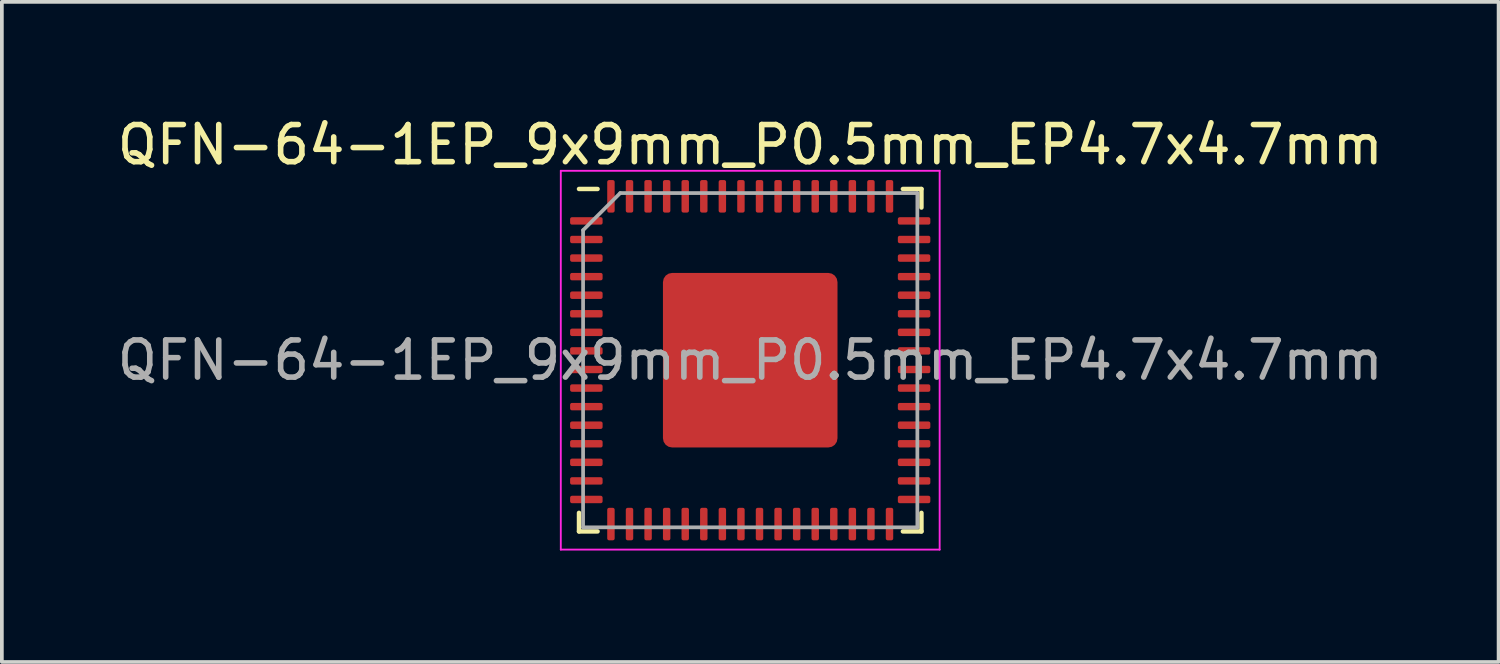
<source format=kicad_pcb>
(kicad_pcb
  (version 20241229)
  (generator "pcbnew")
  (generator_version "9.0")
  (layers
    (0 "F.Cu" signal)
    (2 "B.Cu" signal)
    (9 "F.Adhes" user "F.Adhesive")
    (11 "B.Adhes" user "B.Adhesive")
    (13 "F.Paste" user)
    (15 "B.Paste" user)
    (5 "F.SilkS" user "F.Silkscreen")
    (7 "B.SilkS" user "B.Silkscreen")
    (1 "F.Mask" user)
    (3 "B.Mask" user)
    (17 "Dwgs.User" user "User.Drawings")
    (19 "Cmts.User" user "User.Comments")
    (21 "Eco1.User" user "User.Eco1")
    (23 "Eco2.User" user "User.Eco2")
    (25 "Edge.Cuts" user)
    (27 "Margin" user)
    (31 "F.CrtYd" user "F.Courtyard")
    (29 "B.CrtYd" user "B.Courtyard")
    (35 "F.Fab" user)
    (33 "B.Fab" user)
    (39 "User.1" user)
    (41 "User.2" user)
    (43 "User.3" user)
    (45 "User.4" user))
  (footprint "QFN-64-1EP_9x9mm_P0.5mm_EP4.7x4.7mm"
    (layer "F.Cu")
    (at 17.149 6.648)
    (property "Reference" "QFN-64-1EP_9x9mm_P0.5mm_EP4.7x4.7mm" (at 0 -5.8 0) (layer "F.SilkS") (effects (font (size 1 1) (thickness 0.15))))
    (attr smd)
    (fp_line (start -4.61 4.61) (end -4.61 4.11) (stroke (width 0.12) (type solid)) (layer "F.SilkS"))
    (fp_line (start -4.11 -4.61) (end -4.61 -4.61) (stroke (width 0.12) (type solid)) (layer "F.SilkS"))
    (fp_line (start -4.11 4.61) (end -4.61 4.61) (stroke (width 0.12) (type solid)) (layer "F.SilkS"))
    (fp_line (start 4.11 -4.61) (end 4.61 -4.61) (stroke (width 0.12) (type solid)) (layer "F.SilkS"))
    (fp_line (start 4.11 4.61) (end 4.61 4.61) (stroke (width 0.12) (type solid)) (layer "F.SilkS"))
    (fp_line (start 4.61 -4.61) (end 4.61 -4.11) (stroke (width 0.12) (type solid)) (layer "F.SilkS"))
    (fp_line (start 4.61 4.61) (end 4.61 4.11) (stroke (width 0.12) (type solid)) (layer "F.SilkS"))
    (fp_line (start -5.1 -5.1) (end -5.1 5.1) (stroke (width 0.05) (type solid)) (layer "F.CrtYd"))
    (fp_line (start -5.1 5.1) (end 5.1 5.1) (stroke (width 0.05) (type solid)) (layer "F.CrtYd"))
    (fp_line (start 5.1 -5.1) (end -5.1 -5.1) (stroke (width 0.05) (type solid)) (layer "F.CrtYd"))
    (fp_line (start 5.1 5.1) (end 5.1 -5.1) (stroke (width 0.05) (type solid)) (layer "F.CrtYd"))
    (fp_line (start -4.5 -3.5) (end -3.5 -4.5) (stroke (width 0.1) (type solid)) (layer "F.Fab"))
    (fp_line (start -4.5 4.5) (end -4.5 -3.5) (stroke (width 0.1) (type solid)) (layer "F.Fab"))
    (fp_line (start -3.5 -4.5) (end 4.5 -4.5) (stroke (width 0.1) (type solid)) (layer "F.Fab"))
    (fp_line (start 4.5 -4.5) (end 4.5 4.5) (stroke (width 0.1) (type solid)) (layer "F.Fab"))
    (fp_line (start 4.5 4.5) (end -4.5 4.5) (stroke (width 0.1) (type solid)) (layer "F.Fab"))
    (fp_text user "${REFERENCE}" (at 0 0 0) (layer "F.Fab") (effects (font (size 1 1) (thickness 0.15))))
    (pad "" smd roundrect (at -1.57 -1.57) (size 1.26 1.26) (layers "F.Paste") (roundrect_rratio 0.198))
    (pad "" smd roundrect (at -1.57 0) (size 1.26 1.26) (layers "F.Paste") (roundrect_rratio 0.198))
    (pad "" smd roundrect (at -1.57 1.57) (size 1.26 1.26) (layers "F.Paste") (roundrect_rratio 0.198))
    (pad "" smd roundrect (at 0 -1.57) (size 1.26 1.26) (layers "F.Paste") (roundrect_rratio 0.198))
    (pad "" smd roundrect (at 0 0) (size 1.26 1.26) (layers "F.Paste") (roundrect_rratio 0.198))
    (pad "" smd roundrect (at 0 1.57) (size 1.26 1.26) (layers "F.Paste") (roundrect_rratio 0.198))
    (pad "" smd roundrect (at 1.57 -1.57) (size 1.26 1.26) (layers "F.Paste") (roundrect_rratio 0.198))
    (pad "" smd roundrect (at 1.57 0) (size 1.26 1.26) (layers "F.Paste") (roundrect_rratio 0.198))
    (pad "" smd roundrect (at 1.57 1.57) (size 1.26 1.26) (layers "F.Paste") (roundrect_rratio 0.198))
    (pad "1" smd roundrect (at -4.412 -3.75) (size 0.875 0.2) (layers "F.Cu" "F.Mask" "F.Paste") (roundrect_rratio 0.25))
    (pad "2" smd roundrect (at -4.412 -3.25) (size 0.875 0.2) (layers "F.Cu" "F.Mask" "F.Paste") (roundrect_rratio 0.25))
    (pad "3" smd roundrect (at -4.412 -2.75) (size 0.875 0.2) (layers "F.Cu" "F.Mask" "F.Paste") (roundrect_rratio 0.25))
    (pad "4" smd roundrect (at -4.412 -2.25) (size 0.875 0.2) (layers "F.Cu" "F.Mask" "F.Paste") (roundrect_rratio 0.25))
    (pad "5" smd roundrect (at -4.412 -1.75) (size 0.875 0.2) (layers "F.Cu" "F.Mask" "F.Paste") (roundrect_rratio 0.25))
    (pad "6" smd roundrect (at -4.412 -1.25) (size 0.875 0.2) (layers "F.Cu" "F.Mask" "F.Paste") (roundrect_rratio 0.25))
    (pad "7" smd roundrect (at -4.412 -0.75) (size 0.875 0.2) (layers "F.Cu" "F.Mask" "F.Paste") (roundrect_rratio 0.25))
    (pad "8" smd roundrect (at -4.412 -0.25) (size 0.875 0.2) (layers "F.Cu" "F.Mask" "F.Paste") (roundrect_rratio 0.25))
    (pad "9" smd roundrect (at -4.412 0.25) (size 0.875 0.2) (layers "F.Cu" "F.Mask" "F.Paste") (roundrect_rratio 0.25))
    (pad "10" smd roundrect (at -4.412 0.75) (size 0.875 0.2) (layers "F.Cu" "F.Mask" "F.Paste") (roundrect_rratio 0.25))
    (pad "11" smd roundrect (at -4.412 1.25) (size 0.875 0.2) (layers "F.Cu" "F.Mask" "F.Paste") (roundrect_rratio 0.25))
    (pad "12" smd roundrect (at -4.412 1.75) (size 0.875 0.2) (layers "F.Cu" "F.Mask" "F.Paste") (roundrect_rratio 0.25))
    (pad "13" smd roundrect (at -4.412 2.25) (size 0.875 0.2) (layers "F.Cu" "F.Mask" "F.Paste") (roundrect_rratio 0.25))
    (pad "14" smd roundrect (at -4.412 2.75) (size 0.875 0.2) (layers "F.Cu" "F.Mask" "F.Paste") (roundrect_rratio 0.25))
    (pad "15" smd roundrect (at -4.412 3.25) (size 0.875 0.2) (layers "F.Cu" "F.Mask" "F.Paste") (roundrect_rratio 0.25))
    (pad "16" smd roundrect (at -4.412 3.75) (size 0.875 0.2) (layers "F.Cu" "F.Mask" "F.Paste") (roundrect_rratio 0.25))
    (pad "17" smd roundrect (at -3.75 4.412) (size 0.2 0.875) (layers "F.Cu" "F.Mask" "F.Paste") (roundrect_rratio 0.25))
    (pad "18" smd roundrect (at -3.25 4.412) (size 0.2 0.875) (layers "F.Cu" "F.Mask" "F.Paste") (roundrect_rratio 0.25))
    (pad "19" smd roundrect (at -2.75 4.412) (size 0.2 0.875) (layers "F.Cu" "F.Mask" "F.Paste") (roundrect_rratio 0.25))
    (pad "20" smd roundrect (at -2.25 4.412) (size 0.2 0.875) (layers "F.Cu" "F.Mask" "F.Paste") (roundrect_rratio 0.25))
    (pad "21" smd roundrect (at -1.75 4.412) (size 0.2 0.875) (layers "F.Cu" "F.Mask" "F.Paste") (roundrect_rratio 0.25))
    (pad "22" smd roundrect (at -1.25 4.412) (size 0.2 0.875) (layers "F.Cu" "F.Mask" "F.Paste") (roundrect_rratio 0.25))
    (pad "23" smd roundrect (at -0.75 4.412) (size 0.2 0.875) (layers "F.Cu" "F.Mask" "F.Paste") (roundrect_rratio 0.25))
    (pad "24" smd roundrect (at -0.25 4.412) (size 0.2 0.875) (layers "F.Cu" "F.Mask" "F.Paste") (roundrect_rratio 0.25))
    (pad "25" smd roundrect (at 0.25 4.412) (size 0.2 0.875) (layers "F.Cu" "F.Mask" "F.Paste") (roundrect_rratio 0.25))
    (pad "26" smd roundrect (at 0.75 4.412) (size 0.2 0.875) (layers "F.Cu" "F.Mask" "F.Paste") (roundrect_rratio 0.25))
    (pad "27" smd roundrect (at 1.25 4.412) (size 0.2 0.875) (layers "F.Cu" "F.Mask" "F.Paste") (roundrect_rratio 0.25))
    (pad "28" smd roundrect (at 1.75 4.412) (size 0.2 0.875) (layers "F.Cu" "F.Mask" "F.Paste") (roundrect_rratio 0.25))
    (pad "29" smd roundrect (at 2.25 4.412) (size 0.2 0.875) (layers "F.Cu" "F.Mask" "F.Paste") (roundrect_rratio 0.25))
    (pad "30" smd roundrect (at 2.75 4.412) (size 0.2 0.875) (layers "F.Cu" "F.Mask" "F.Paste") (roundrect_rratio 0.25))
    (pad "31" smd roundrect (at 3.25 4.412) (size 0.2 0.875) (layers "F.Cu" "F.Mask" "F.Paste") (roundrect_rratio 0.25))
    (pad "32" smd roundrect (at 3.75 4.412) (size 0.2 0.875) (layers "F.Cu" "F.Mask" "F.Paste") (roundrect_rratio 0.25))
    (pad "33" smd roundrect (at 4.412 3.75) (size 0.875 0.2) (layers "F.Cu" "F.Mask" "F.Paste") (roundrect_rratio 0.25))
    (pad "34" smd roundrect (at 4.412 3.25) (size 0.875 0.2) (layers "F.Cu" "F.Mask" "F.Paste") (roundrect_rratio 0.25))
    (pad "35" smd roundrect (at 4.412 2.75) (size 0.875 0.2) (layers "F.Cu" "F.Mask" "F.Paste") (roundrect_rratio 0.25))
    (pad "36" smd roundrect (at 4.412 2.25) (size 0.875 0.2) (layers "F.Cu" "F.Mask" "F.Paste") (roundrect_rratio 0.25))
    (pad "37" smd roundrect (at 4.412 1.75) (size 0.875 0.2) (layers "F.Cu" "F.Mask" "F.Paste") (roundrect_rratio 0.25))
    (pad "38" smd roundrect (at 4.412 1.25) (size 0.875 0.2) (layers "F.Cu" "F.Mask" "F.Paste") (roundrect_rratio 0.25))
    (pad "39" smd roundrect (at 4.412 0.75) (size 0.875 0.2) (layers "F.Cu" "F.Mask" "F.Paste") (roundrect_rratio 0.25))
    (pad "40" smd roundrect (at 4.412 0.25) (size 0.875 0.2) (layers "F.Cu" "F.Mask" "F.Paste") (roundrect_rratio 0.25))
    (pad "41" smd roundrect (at 4.412 -0.25) (size 0.875 0.2) (layers "F.Cu" "F.Mask" "F.Paste") (roundrect_rratio 0.25))
    (pad "42" smd roundrect (at 4.412 -0.75) (size 0.875 0.2) (layers "F.Cu" "F.Mask" "F.Paste") (roundrect_rratio 0.25))
    (pad "43" smd roundrect (at 4.412 -1.25) (size 0.875 0.2) (layers "F.Cu" "F.Mask" "F.Paste") (roundrect_rratio 0.25))
    (pad "44" smd roundrect (at 4.412 -1.75) (size 0.875 0.2) (layers "F.Cu" "F.Mask" "F.Paste") (roundrect_rratio 0.25))
    (pad "45" smd roundrect (at 4.412 -2.25) (size 0.875 0.2) (layers "F.Cu" "F.Mask" "F.Paste") (roundrect_rratio 0.25))
    (pad "46" smd roundrect (at 4.412 -2.75) (size 0.875 0.2) (layers "F.Cu" "F.Mask" "F.Paste") (roundrect_rratio 0.25))
    (pad "47" smd roundrect (at 4.412 -3.25) (size 0.875 0.2) (layers "F.Cu" "F.Mask" "F.Paste") (roundrect_rratio 0.25))
    (pad "48" smd roundrect (at 4.412 -3.75) (size 0.875 0.2) (layers "F.Cu" "F.Mask" "F.Paste") (roundrect_rratio 0.25))
    (pad "49" smd roundrect (at 3.75 -4.412) (size 0.2 0.875) (layers "F.Cu" "F.Mask" "F.Paste") (roundrect_rratio 0.25))
    (pad "50" smd roundrect (at 3.25 -4.412) (size 0.2 0.875) (layers "F.Cu" "F.Mask" "F.Paste") (roundrect_rratio 0.25))
    (pad "51" smd roundrect (at 2.75 -4.412) (size 0.2 0.875) (layers "F.Cu" "F.Mask" "F.Paste") (roundrect_rratio 0.25))
    (pad "52" smd roundrect (at 2.25 -4.412) (size 0.2 0.875) (layers "F.Cu" "F.Mask" "F.Paste") (roundrect_rratio 0.25))
    (pad "53" smd roundrect (at 1.75 -4.412) (size 0.2 0.875) (layers "F.Cu" "F.Mask" "F.Paste") (roundrect_rratio 0.25))
    (pad "54" smd roundrect (at 1.25 -4.412) (size 0.2 0.875) (layers "F.Cu" "F.Mask" "F.Paste") (roundrect_rratio 0.25))
    (pad "55" smd roundrect (at 0.75 -4.412) (size 0.2 0.875) (layers "F.Cu" "F.Mask" "F.Paste") (roundrect_rratio 0.25))
    (pad "56" smd roundrect (at 0.25 -4.412) (size 0.2 0.875) (layers "F.Cu" "F.Mask" "F.Paste") (roundrect_rratio 0.25))
    (pad "57" smd roundrect (at -0.25 -4.412) (size 0.2 0.875) (layers "F.Cu" "F.Mask" "F.Paste") (roundrect_rratio 0.25))
    (pad "58" smd roundrect (at -0.75 -4.412) (size 0.2 0.875) (layers "F.Cu" "F.Mask" "F.Paste") (roundrect_rratio 0.25))
    (pad "59" smd roundrect (at -1.25 -4.412) (size 0.2 0.875) (layers "F.Cu" "F.Mask" "F.Paste") (roundrect_rratio 0.25))
    (pad "60" smd roundrect (at -1.75 -4.412) (size 0.2 0.875) (layers "F.Cu" "F.Mask" "F.Paste") (roundrect_rratio 0.25))
    (pad "61" smd roundrect (at -2.25 -4.412) (size 0.2 0.875) (layers "F.Cu" "F.Mask" "F.Paste") (roundrect_rratio 0.25))
    (pad "62" smd roundrect (at -2.75 -4.412) (size 0.2 0.875) (layers "F.Cu" "F.Mask" "F.Paste") (roundrect_rratio 0.25))
    (pad "63" smd roundrect (at -3.25 -4.412) (size 0.2 0.875) (layers "F.Cu" "F.Mask" "F.Paste") (roundrect_rratio 0.25))
    (pad "64" smd roundrect (at -3.75 -4.412) (size 0.2 0.875) (layers "F.Cu" "F.Mask" "F.Paste") (roundrect_rratio 0.25))
    (pad "65" smd roundrect (at 0 0) (size 4.7 4.7) (layers "F.Cu" "F.Mask") (roundrect_rratio 0.053)))
  (gr_rect
    (start -3 -3)
    (end 37.298 14.773)
    (stroke (width 0.1) (type default))
    (fill no)
    (layer "Edge.Cuts")))
</source>
